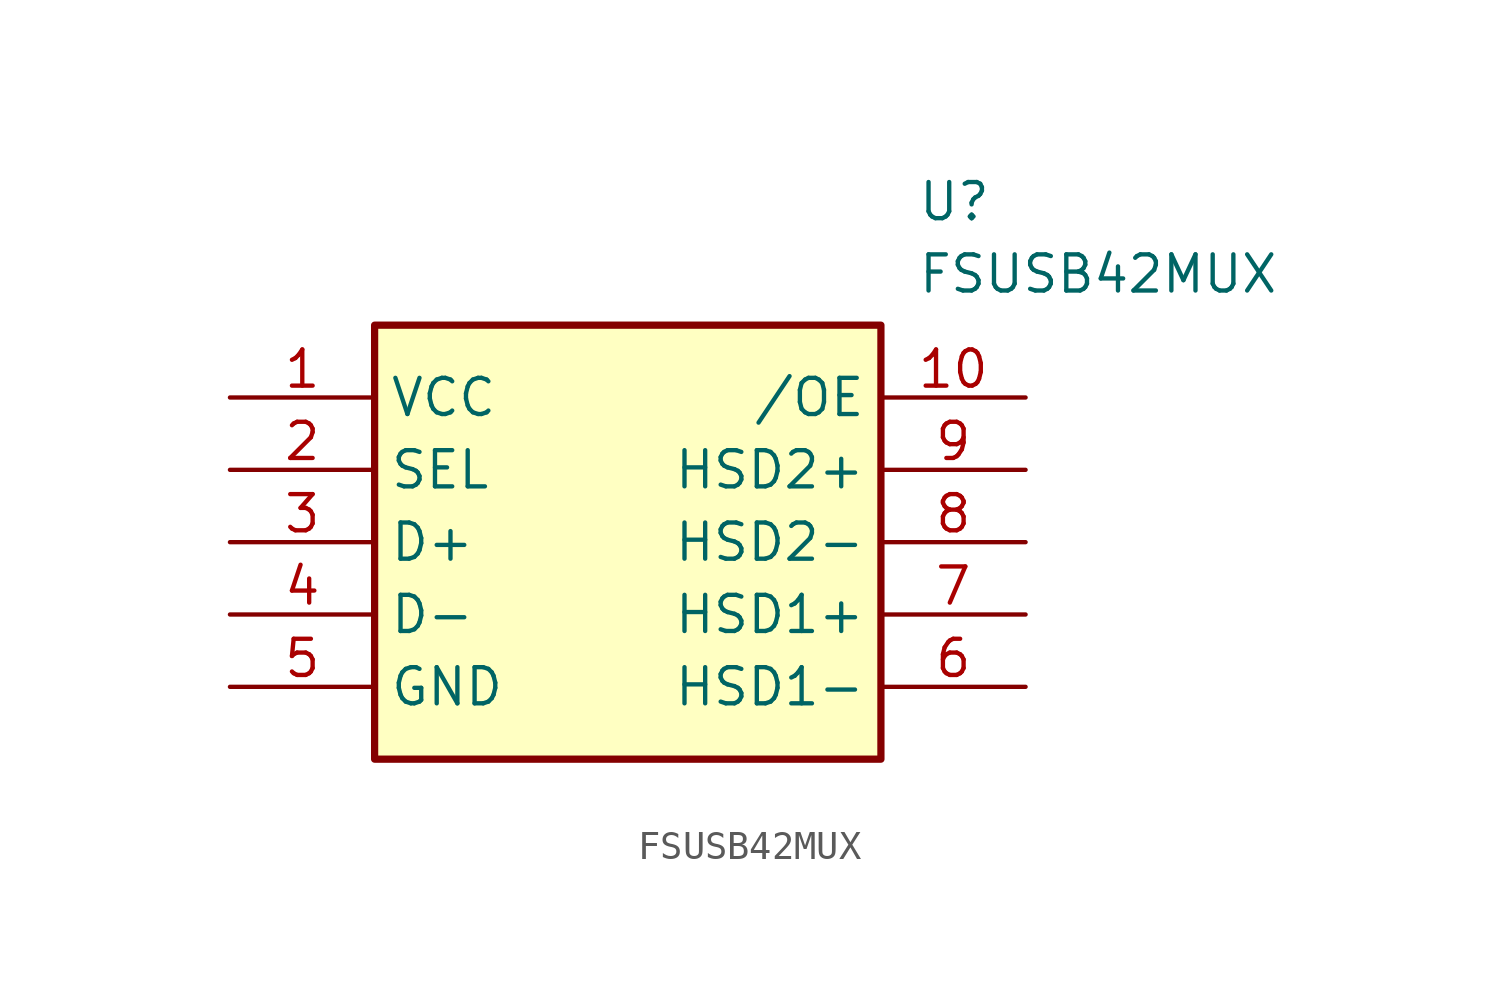
<source format=kicad_sym>
(kicad_symbol_lib
  (version 20211014)
  (generator SamacSys_ECAD_Model)
  (symbol "FSUSB42MUX"
    (property "Reference" "U"
      (at 24.13 7.62 0)
      (effects (font (size 1.27 1.27)) (justify left top)))
    (property "Value" "FSUSB42MUX"
      (at 24.13 5.08 0)
      (effects (font (size 1.27 1.27)) (justify left top)))
    (rectangle
      (start 5.08 2.54)
      (end 22.86 -12.7)
      (stroke (width 0.254) (type default))
      (fill (type background)))
    (pin passive line
      (at 0 0 0)
      (length 5.08)
      (name "VCC" (effects (font (size 1.27 1.27))))
      (number "1" (effects (font (size 1.27 1.27)))))
    (pin passive line
      (at 0 -2.54 0)
      (length 5.08)
      (name "SEL" (effects (font (size 1.27 1.27))))
      (number "2" (effects (font (size 1.27 1.27)))))
    (pin passive line
      (at 0 -5.08 0)
      (length 5.08)
      (name "D+" (effects (font (size 1.27 1.27))))
      (number "3" (effects (font (size 1.27 1.27)))))
    (pin passive line
      (at 0 -7.62 0)
      (length 5.08)
      (name "D-" (effects (font (size 1.27 1.27))))
      (number "4" (effects (font (size 1.27 1.27)))))
    (pin passive line
      (at 0 -10.16 0)
      (length 5.08)
      (name "GND" (effects (font (size 1.27 1.27))))
      (number "5" (effects (font (size 1.27 1.27)))))
    (pin passive line
      (at 27.94 0 180)
      (length 5.08)
      (name "/OE" (effects (font (size 1.27 1.27))))
      (number "10" (effects (font (size 1.27 1.27)))))
    (pin passive line
      (at 27.94 -2.54 180)
      (length 5.08)
      (name "HSD2+" (effects (font (size 1.27 1.27))))
      (number "9" (effects (font (size 1.27 1.27)))))
    (pin passive line
      (at 27.94 -5.08 180)
      (length 5.08)
      (name "HSD2-" (effects (font (size 1.27 1.27))))
      (number "8" (effects (font (size 1.27 1.27)))))
    (pin power_in line
      (at 27.94 -7.62 180)
      (length 5.08)
      (name "HSD1+" (effects (font (size 1.27 1.27))))
      (number "7" (effects (font (size 1.27 1.27)))))
    (pin passive line
      (at 27.94 -10.16 180)
      (length 5.08)
      (name "HSD1-" (effects (font (size 1.27 1.27))))
      (number "6" (effects (font (size 1.27 1.27)))))))
</source>
